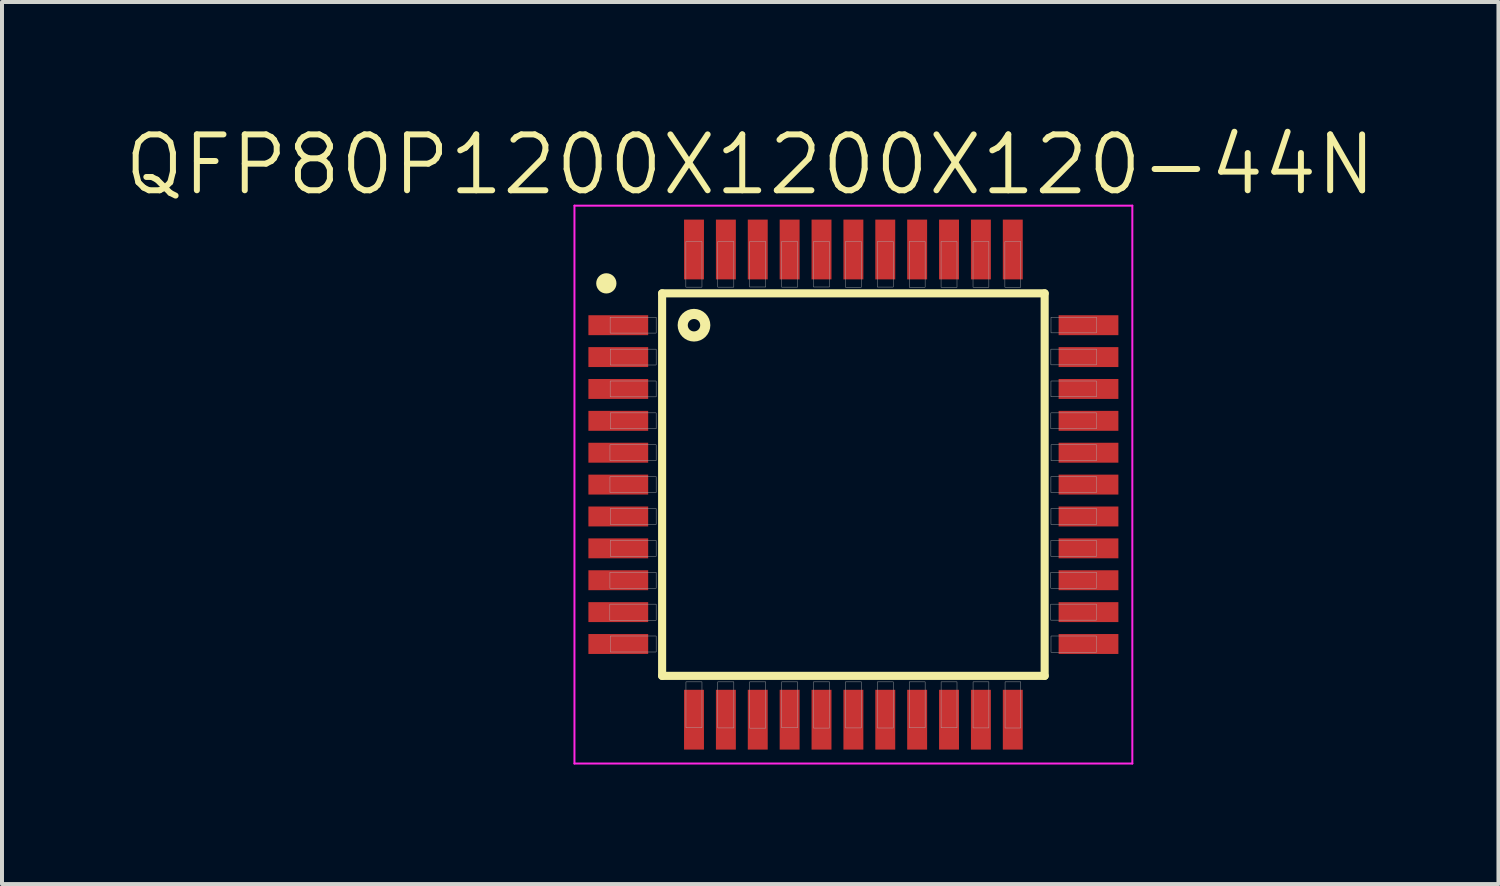
<source format=kicad_pcb>
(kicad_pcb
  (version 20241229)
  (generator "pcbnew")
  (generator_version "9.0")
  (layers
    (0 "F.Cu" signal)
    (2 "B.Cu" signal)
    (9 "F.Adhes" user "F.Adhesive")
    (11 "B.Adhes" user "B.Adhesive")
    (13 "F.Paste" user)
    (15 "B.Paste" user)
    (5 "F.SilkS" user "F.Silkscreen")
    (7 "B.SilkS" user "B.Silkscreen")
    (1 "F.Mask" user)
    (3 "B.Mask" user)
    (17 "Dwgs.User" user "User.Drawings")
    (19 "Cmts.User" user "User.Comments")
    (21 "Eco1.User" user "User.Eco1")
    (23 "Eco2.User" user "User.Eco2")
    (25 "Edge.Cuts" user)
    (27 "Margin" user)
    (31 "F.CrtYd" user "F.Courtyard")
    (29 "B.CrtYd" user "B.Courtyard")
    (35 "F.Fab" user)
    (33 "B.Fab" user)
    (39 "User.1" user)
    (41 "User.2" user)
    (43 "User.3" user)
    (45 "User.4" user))
  (footprint "QFP80P1200X1200X120-44N"
    (layer "F.Cu")
    (at 18.366 9.111)
    (property "Reference" "QFP80P1200X1200X120-44N" (at -2.589 -8.027 0) (layer "F.SilkS") (effects (font (size 1.402 1.402) (thickness 0.15))))
    (attr through_hole)
    (fp_line (start -4.8 -4.8) (end 4.8 -4.8) (stroke (width 0.203) (type solid)) (layer "F.SilkS"))
    (fp_line (start -4.8 4.8) (end -4.8 -4.8) (stroke (width 0.203) (type solid)) (layer "F.SilkS"))
    (fp_line (start 4.8 -4.8) (end 4.8 4.8) (stroke (width 0.203) (type solid)) (layer "F.SilkS"))
    (fp_line (start 4.8 4.8) (end -4.8 4.8) (stroke (width 0.203) (type solid)) (layer "F.SilkS"))
    (fp_circle (center -6.2 -5.05) (end -5.946 -5.05) (stroke (width 0) (type solid)) (fill yes) (layer "F.SilkS"))
    (fp_circle (center -4 -4) (end -3.717 -4) (stroke (width 0.254) (type solid)) (fill no) (layer "F.SilkS"))
    (fp_line (start -7 -7) (end 7 -7) (stroke (width 0.05) (type solid)) (layer "F.CrtYd"))
    (fp_line (start -7 7) (end -7 -7) (stroke (width 0.05) (type solid)) (layer "F.CrtYd"))
    (fp_line (start 7 -7) (end 7 7) (stroke (width 0.05) (type solid)) (layer "F.CrtYd"))
    (fp_line (start 7 7) (end -7 7) (stroke (width 0.05) (type solid)) (layer "F.CrtYd"))
    (fp_poly (pts (xy -6.112 3) (xy -4.95 3) (xy -4.95 3.407) (xy -6.112 3.407)) (stroke (width 0.01) (type solid)) (fill no) (layer "F.Fab"))
    (fp_poly (pts (xy -6.11 2.2) (xy -4.95 2.2) (xy -4.95 2.604) (xy -6.11 2.604)) (stroke (width 0.01) (type solid)) (fill no) (layer "F.Fab"))
    (fp_poly (pts (xy -6.109 -1) (xy -4.95 -1) (xy -4.95 -0.601) (xy -6.109 -0.601)) (stroke (width 0.01) (type solid)) (fill no) (layer "F.Fab"))
    (fp_poly (pts (xy -6.109 -0.2) (xy -4.95 -0.2) (xy -4.95 0.2) (xy -6.109 0.2)) (stroke (width 0.01) (type solid)) (fill no) (layer "F.Fab"))
    (fp_poly (pts (xy -6.105 -4.2) (xy -4.95 -4.2) (xy -4.95 -3.803) (xy -6.105 -3.803)) (stroke (width 0.01) (type solid)) (fill no) (layer "F.Fab"))
    (fp_poly (pts (xy -6.104 -2.6) (xy -4.95 -2.6) (xy -4.95 -2.201) (xy -6.104 -2.201)) (stroke (width 0.01) (type solid)) (fill no) (layer "F.Fab"))
    (fp_poly (pts (xy -6.102 1.4) (xy -4.95 1.4) (xy -4.95 1.801) (xy -6.102 1.801)) (stroke (width 0.01) (type solid)) (fill no) (layer "F.Fab"))
    (fp_poly (pts (xy -6.102 -1.8) (xy -4.95 -1.8) (xy -4.95 -1.4) (xy -6.102 -1.4)) (stroke (width 0.01) (type solid)) (fill no) (layer "F.Fab"))
    (fp_poly (pts (xy -6.102 3.8) (xy -4.95 3.8) (xy -4.95 4.201) (xy -6.102 4.201)) (stroke (width 0.01) (type solid)) (fill no) (layer "F.Fab"))
    (fp_poly (pts (xy -6.102 -3.4) (xy -4.95 -3.4) (xy -4.95 -3.001) (xy -6.102 -3.001)) (stroke (width 0.01) (type solid)) (fill no) (layer "F.Fab"))
    (fp_poly (pts (xy -6.1 0.6) (xy -4.95 0.6) (xy -4.95 1) (xy -6.1 1)) (stroke (width 0.01) (type solid)) (fill no) (layer "F.Fab"))
    (fp_poly (pts (xy -4.204 -6.1) (xy -3.8 -6.1) (xy -3.8 -4.955) (xy -4.204 -4.955)) (stroke (width 0.01) (type solid)) (fill no) (layer "F.Fab"))
    (fp_poly (pts (xy -4.202 4.95) (xy -3.8 4.95) (xy -3.8 6.103) (xy -4.202 6.103)) (stroke (width 0.01) (type solid)) (fill no) (layer "F.Fab"))
    (fp_poly (pts (xy -3.404 -6.1) (xy -3 -6.1) (xy -3 -4.956) (xy -3.404 -4.956)) (stroke (width 0.01) (type solid)) (fill no) (layer "F.Fab"))
    (fp_poly (pts (xy -3.404 4.95) (xy -3 4.95) (xy -3 6.107) (xy -3.404 6.107)) (stroke (width 0.01) (type solid)) (fill no) (layer "F.Fab"))
    (fp_poly (pts (xy -2.605 4.95) (xy -2.2 4.95) (xy -2.2 6.112) (xy -2.605 6.112)) (stroke (width 0.01) (type solid)) (fill no) (layer "F.Fab"))
    (fp_poly (pts (xy -2.604 -6.1) (xy -2.2 -6.1) (xy -2.2 -4.958) (xy -2.604 -4.958)) (stroke (width 0.01) (type solid)) (fill no) (layer "F.Fab"))
    (fp_poly (pts (xy -1.802 -6.1) (xy -1.4 -6.1) (xy -1.4 -4.956) (xy -1.802 -4.956)) (stroke (width 0.01) (type solid)) (fill no) (layer "F.Fab"))
    (fp_poly (pts (xy -1.801 4.95) (xy -1.4 4.95) (xy -1.4 6.103) (xy -1.801 6.103)) (stroke (width 0.01) (type solid)) (fill no) (layer "F.Fab"))
    (fp_poly (pts (xy -1.002 -6.1) (xy -0.6 -6.1) (xy -0.6 -4.959) (xy -1.002 -4.959)) (stroke (width 0.01) (type solid)) (fill no) (layer "F.Fab"))
    (fp_poly (pts (xy -1.002 4.95) (xy -0.6 4.95) (xy -0.6 6.11) (xy -1.002 6.11)) (stroke (width 0.01) (type solid)) (fill no) (layer "F.Fab"))
    (fp_poly (pts (xy -0.2 4.95) (xy 0.2 4.95) (xy 0.2 6.106) (xy -0.2 6.106)) (stroke (width 0.01) (type solid)) (fill no) (layer "F.Fab"))
    (fp_poly (pts (xy -0.2 -6.1) (xy 0.2 -6.1) (xy 0.2 -4.954) (xy -0.2 -4.954)) (stroke (width 0.01) (type solid)) (fill no) (layer "F.Fab"))
    (fp_poly (pts (xy 0.601 4.95) (xy 1 4.95) (xy 1 6.109) (xy 0.601 6.109)) (stroke (width 0.01) (type solid)) (fill no) (layer "F.Fab"))
    (fp_poly (pts (xy 0.601 -6.1) (xy 1 -6.1) (xy 1 -4.957) (xy 0.601 -4.957)) (stroke (width 0.01) (type solid)) (fill no) (layer "F.Fab"))
    (fp_poly (pts (xy 1.401 4.95) (xy 1.8 4.95) (xy 1.8 6.104) (xy 1.401 6.104)) (stroke (width 0.01) (type solid)) (fill no) (layer "F.Fab"))
    (fp_poly (pts (xy 1.401 -6.1) (xy 1.8 -6.1) (xy 1.8 -4.954) (xy 1.401 -4.954)) (stroke (width 0.01) (type solid)) (fill no) (layer "F.Fab"))
    (fp_poly (pts (xy 2.2 -6.1) (xy 2.6 -6.1) (xy 2.6 -4.951) (xy 2.2 -4.951)) (stroke (width 0.01) (type solid)) (fill no) (layer "F.Fab"))
    (fp_poly (pts (xy 2.201 4.95) (xy 2.6 4.95) (xy 2.6 6.104) (xy 2.201 6.104)) (stroke (width 0.01) (type solid)) (fill no) (layer "F.Fab"))
    (fp_poly (pts (xy 3.002 -6.1) (xy 3.4 -6.1) (xy 3.4 -4.953) (xy 3.002 -4.953)) (stroke (width 0.01) (type solid)) (fill no) (layer "F.Fab"))
    (fp_poly (pts (xy 3.003 4.95) (xy 3.4 4.95) (xy 3.4 6.106) (xy 3.003 6.106)) (stroke (width 0.01) (type solid)) (fill no) (layer "F.Fab"))
    (fp_poly (pts (xy 3.802 -6.1) (xy 4.2 -6.1) (xy 4.2 -4.953) (xy 3.802 -4.953)) (stroke (width 0.01) (type solid)) (fill no) (layer "F.Fab"))
    (fp_poly (pts (xy 3.806 4.95) (xy 4.2 4.95) (xy 4.2 6.109) (xy 3.806 6.109)) (stroke (width 0.01) (type solid)) (fill no) (layer "F.Fab"))
    (fp_poly (pts (xy 4.951 3) (xy 6.1 3) (xy 6.1 3.401) (xy 4.951 3.401)) (stroke (width 0.01) (type solid)) (fill no) (layer "F.Fab"))
    (fp_poly (pts (xy 4.954 2.2) (xy 6.1 2.2) (xy 6.1 2.602) (xy 4.954 2.602)) (stroke (width 0.01) (type solid)) (fill no) (layer "F.Fab"))
    (fp_poly (pts (xy 4.955 -1.8) (xy 6.1 -1.8) (xy 6.1 -1.401) (xy 4.955 -1.401)) (stroke (width 0.01) (type solid)) (fill no) (layer "F.Fab"))
    (fp_poly (pts (xy 4.956 1.4) (xy 6.1 1.4) (xy 6.1 1.802) (xy 4.956 1.802)) (stroke (width 0.01) (type solid)) (fill no) (layer "F.Fab"))
    (fp_poly (pts (xy 4.956 -3.4) (xy 6.1 -3.4) (xy 6.1 -3.004) (xy 4.956 -3.004)) (stroke (width 0.01) (type solid)) (fill no) (layer "F.Fab"))
    (fp_poly (pts (xy 4.957 -0.2) (xy 6.1 -0.2) (xy 6.1 0.2) (xy 4.957 0.2)) (stroke (width 0.01) (type solid)) (fill no) (layer "F.Fab"))
    (fp_poly (pts (xy 4.958 -2.6) (xy 6.1 -2.6) (xy 6.1 -2.203) (xy 4.958 -2.203)) (stroke (width 0.01) (type solid)) (fill no) (layer "F.Fab"))
    (fp_poly (pts (xy 4.958 0.6) (xy 6.1 0.6) (xy 6.1 1.002) (xy 4.958 1.002)) (stroke (width 0.01) (type solid)) (fill no) (layer "F.Fab"))
    (fp_poly (pts (xy 4.959 -4.2) (xy 6.1 -4.2) (xy 6.1 -3.807) (xy 4.959 -3.807)) (stroke (width 0.01) (type solid)) (fill no) (layer "F.Fab"))
    (fp_poly (pts (xy 4.959 3.8) (xy 6.1 3.8) (xy 6.1 4.208) (xy 4.959 4.208)) (stroke (width 0.01) (type solid)) (fill no) (layer "F.Fab"))
    (fp_poly (pts (xy 4.96 -1) (xy 6.1 -1) (xy 6.1 -0.601) (xy 4.96 -0.601)) (stroke (width 0.01) (type solid)) (fill no) (layer "F.Fab"))
    (pad "1" smd rect (at -5.9 -4) (size 1.5 0.5) (layers "F.Cu" "F.Mask" "F.Paste"))
    (pad "2" smd rect (at -5.9 -3.2) (size 1.5 0.5) (layers "F.Cu" "F.Mask" "F.Paste"))
    (pad "3" smd rect (at -5.9 -2.4) (size 1.5 0.5) (layers "F.Cu" "F.Mask" "F.Paste"))
    (pad "4" smd rect (at -5.9 -1.6) (size 1.5 0.5) (layers "F.Cu" "F.Mask" "F.Paste"))
    (pad "5" smd rect (at -5.9 -0.8) (size 1.5 0.5) (layers "F.Cu" "F.Mask" "F.Paste"))
    (pad "6" smd rect (at -5.9 0) (size 1.5 0.5) (layers "F.Cu" "F.Mask" "F.Paste"))
    (pad "7" smd rect (at -5.9 0.8) (size 1.5 0.5) (layers "F.Cu" "F.Mask" "F.Paste"))
    (pad "8" smd rect (at -5.9 1.6) (size 1.5 0.5) (layers "F.Cu" "F.Mask" "F.Paste"))
    (pad "9" smd rect (at -5.9 2.4) (size 1.5 0.5) (layers "F.Cu" "F.Mask" "F.Paste"))
    (pad "10" smd rect (at -5.9 3.2) (size 1.5 0.5) (layers "F.Cu" "F.Mask" "F.Paste"))
    (pad "11" smd rect (at -5.9 4) (size 1.5 0.5) (layers "F.Cu" "F.Mask" "F.Paste"))
    (pad "12" smd rect (at -4 5.9) (size 0.5 1.5) (layers "F.Cu" "F.Mask" "F.Paste"))
    (pad "13" smd rect (at -3.2 5.9) (size 0.5 1.5) (layers "F.Cu" "F.Mask" "F.Paste"))
    (pad "14" smd rect (at -2.4 5.9) (size 0.5 1.5) (layers "F.Cu" "F.Mask" "F.Paste"))
    (pad "15" smd rect (at -1.6 5.9) (size 0.5 1.5) (layers "F.Cu" "F.Mask" "F.Paste"))
    (pad "16" smd rect (at -0.8 5.9) (size 0.5 1.5) (layers "F.Cu" "F.Mask" "F.Paste"))
    (pad "17" smd rect (at 0 5.9) (size 0.5 1.5) (layers "F.Cu" "F.Mask" "F.Paste"))
    (pad "18" smd rect (at 0.8 5.9) (size 0.5 1.5) (layers "F.Cu" "F.Mask" "F.Paste"))
    (pad "19" smd rect (at 1.6 5.9) (size 0.5 1.5) (layers "F.Cu" "F.Mask" "F.Paste"))
    (pad "20" smd rect (at 2.4 5.9) (size 0.5 1.5) (layers "F.Cu" "F.Mask" "F.Paste"))
    (pad "21" smd rect (at 3.2 5.9) (size 0.5 1.5) (layers "F.Cu" "F.Mask" "F.Paste"))
    (pad "22" smd rect (at 4 5.9) (size 0.5 1.5) (layers "F.Cu" "F.Mask" "F.Paste"))
    (pad "23" smd rect (at 5.9 4) (size 1.5 0.5) (layers "F.Cu" "F.Mask" "F.Paste"))
    (pad "24" smd rect (at 5.9 3.2) (size 1.5 0.5) (layers "F.Cu" "F.Mask" "F.Paste"))
    (pad "25" smd rect (at 5.9 2.4) (size 1.5 0.5) (layers "F.Cu" "F.Mask" "F.Paste"))
    (pad "26" smd rect (at 5.9 1.6) (size 1.5 0.5) (layers "F.Cu" "F.Mask" "F.Paste"))
    (pad "27" smd rect (at 5.9 0.8) (size 1.5 0.5) (layers "F.Cu" "F.Mask" "F.Paste"))
    (pad "28" smd rect (at 5.9 0) (size 1.5 0.5) (layers "F.Cu" "F.Mask" "F.Paste"))
    (pad "29" smd rect (at 5.9 -0.8) (size 1.5 0.5) (layers "F.Cu" "F.Mask" "F.Paste"))
    (pad "30" smd rect (at 5.9 -1.6) (size 1.5 0.5) (layers "F.Cu" "F.Mask" "F.Paste"))
    (pad "31" smd rect (at 5.9 -2.4) (size 1.5 0.5) (layers "F.Cu" "F.Mask" "F.Paste"))
    (pad "32" smd rect (at 5.9 -3.2) (size 1.5 0.5) (layers "F.Cu" "F.Mask" "F.Paste"))
    (pad "33" smd rect (at 5.9 -4) (size 1.5 0.5) (layers "F.Cu" "F.Mask" "F.Paste"))
    (pad "34" smd rect (at 4 -5.9) (size 0.5 1.5) (layers "F.Cu" "F.Mask" "F.Paste"))
    (pad "35" smd rect (at 3.2 -5.9) (size 0.5 1.5) (layers "F.Cu" "F.Mask" "F.Paste"))
    (pad "36" smd rect (at 2.4 -5.9) (size 0.5 1.5) (layers "F.Cu" "F.Mask" "F.Paste"))
    (pad "37" smd rect (at 1.6 -5.9) (size 0.5 1.5) (layers "F.Cu" "F.Mask" "F.Paste"))
    (pad "38" smd rect (at 0.8 -5.9) (size 0.5 1.5) (layers "F.Cu" "F.Mask" "F.Paste"))
    (pad "39" smd rect (at 0 -5.9) (size 0.5 1.5) (layers "F.Cu" "F.Mask" "F.Paste"))
    (pad "40" smd rect (at -0.8 -5.9) (size 0.5 1.5) (layers "F.Cu" "F.Mask" "F.Paste"))
    (pad "41" smd rect (at -1.6 -5.9) (size 0.5 1.5) (layers "F.Cu" "F.Mask" "F.Paste"))
    (pad "42" smd rect (at -2.4 -5.9) (size 0.5 1.5) (layers "F.Cu" "F.Mask" "F.Paste"))
    (pad "43" smd rect (at -3.2 -5.9) (size 0.5 1.5) (layers "F.Cu" "F.Mask" "F.Paste"))
    (pad "44" smd rect (at -4 -5.9) (size 0.5 1.5) (layers "F.Cu" "F.Mask" "F.Paste")))
  (gr_rect
    (start -3 -3)
    (end 34.554 19.136)
    (stroke (width 0.1) (type default))
    (fill no)
    (layer "Edge.Cuts")))
</source>
